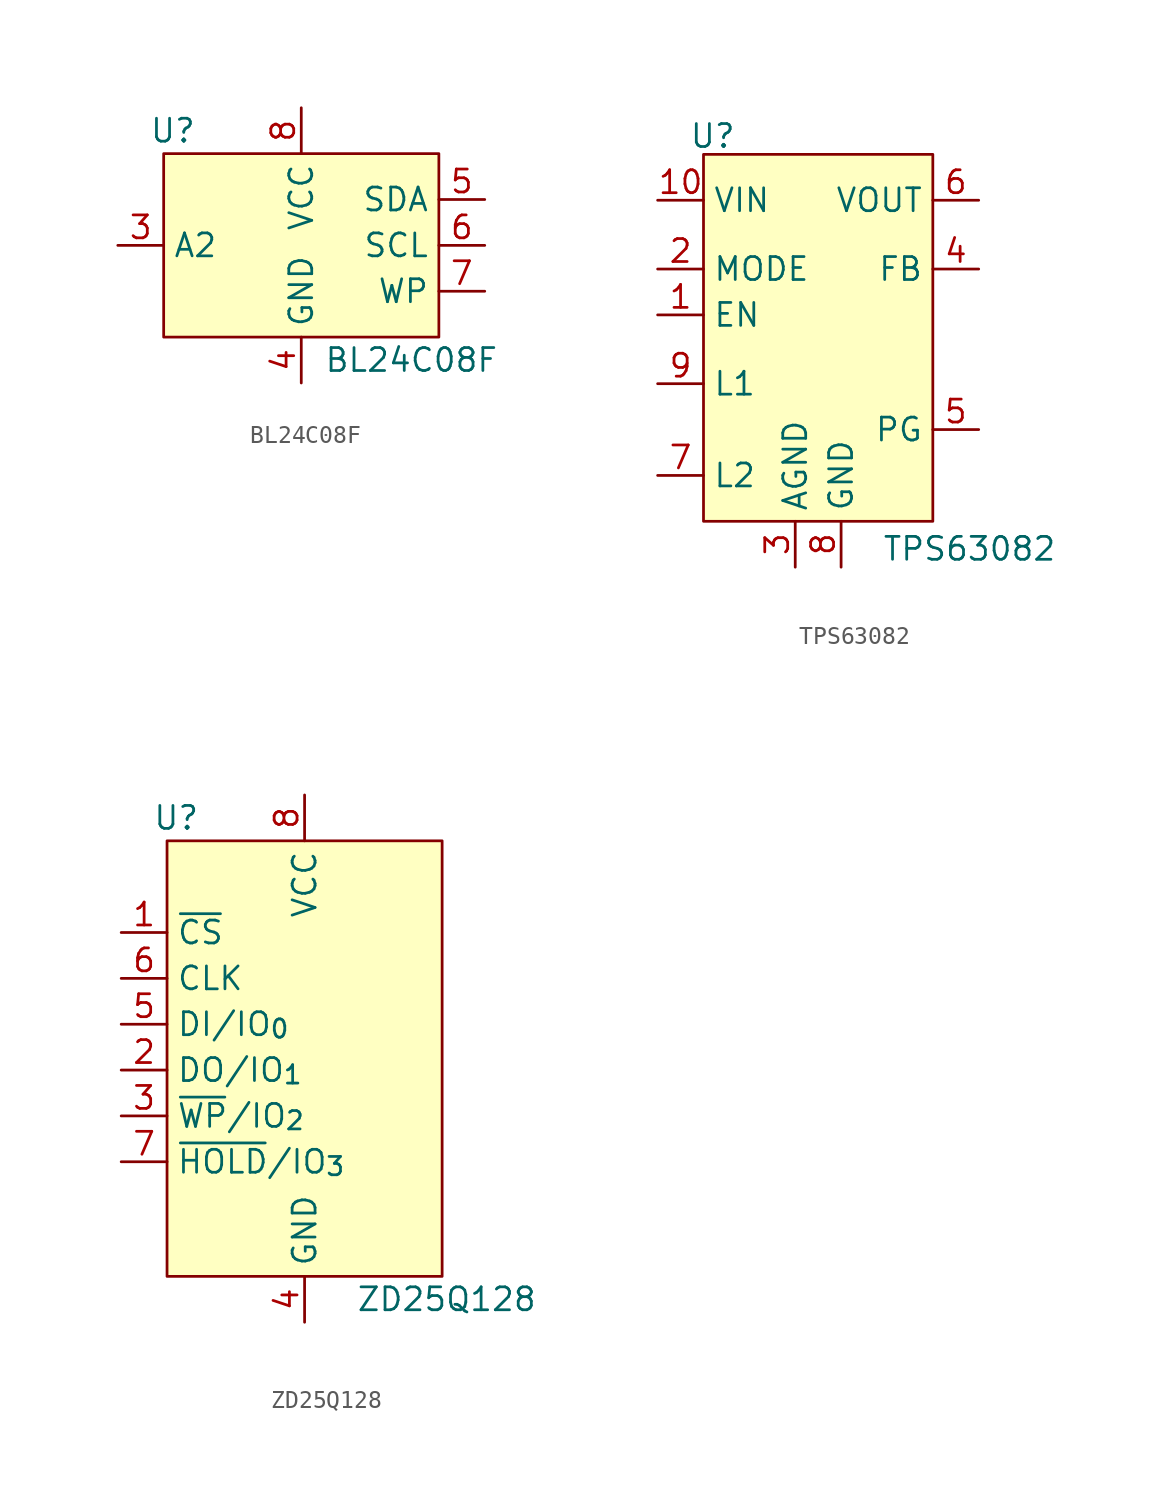
<source format=kicad_sym>
(kicad_symbol_lib
  (version 20241209)
  (generator "kicad_symbol_editor")
  (generator_version "9.0")
  (symbol "BL24C08F"
    (property "Reference" "U"
      (at -7.112 6.35 0)
      (effects (font (size 1.27 1.27))))
    (property "Value" "BL24C08F"
      (at 6.096 -6.35 0)
      (effects (font (size 1.27 1.27))))
    (symbol "BL24C08F_1_1"
      (rectangle (start -7.62 5.08) (end 7.62 -5.08) (stroke (width 0) (type solid)) (fill (type background)))
      (pin input line (at -10.16 0 0) (length 2.54) (name "A2" (effects (font (size 1.27 1.27)))) (number "3" (effects (font (size 1.27 1.27)))))
      (pin power_in line (at 0 7.62 270) (length 2.54) (name "VCC" (effects (font (size 1.27 1.27)))) (number "8" (effects (font (size 1.27 1.27)))))
      (pin power_in line (at 0 -7.62 90) (length 2.54) (name "GND" (effects (font (size 1.27 1.27)))) (number "4" (effects (font (size 1.27 1.27)))))
      (pin bidirectional line (at 10.16 2.54 180) (length 2.54) (name "SDA" (effects (font (size 1.27 1.27)))) (number "5" (effects (font (size 1.27 1.27)))))
      (pin input line (at 10.16 0 180) (length 2.54) (name "SCL" (effects (font (size 1.27 1.27)))) (number "6" (effects (font (size 1.27 1.27)))))
      (pin input line (at 10.16 -2.54 180) (length 2.54) (name "WP" (effects (font (size 1.27 1.27)))) (number "7" (effects (font (size 1.27 1.27)))))))
  (symbol "TPS63082"
    (property "Reference" "U"
      (at -5.842 11.176 0)
      (effects (font (size 1.27 1.27))))
    (property "Value" "TPS63082"
      (at 8.382 -11.684 0)
      (effects (font (size 1.27 1.27))))
    (symbol "TPS63082_1_1"
      (rectangle (start -6.35 10.16) (end 6.35 -10.16) (stroke (width 0) (type solid)) (fill (type background)))
      (pin power_in line (at -8.89 7.62 0) (length 2.54) (name "VIN" (effects (font (size 1.27 1.27)))) (number "10" (effects (font (size 1.27 1.27)))))
      (pin input line (at -8.89 3.81 0) (length 2.54) (name "MODE" (effects (font (size 1.27 1.27)))) (number "2" (effects (font (size 1.27 1.27)))))
      (pin input line (at -8.89 1.27 0) (length 2.54) (name "EN" (effects (font (size 1.27 1.27)))) (number "1" (effects (font (size 1.27 1.27)))))
      (pin input line (at -8.89 -2.54 0) (length 2.54) (name "L1" (effects (font (size 1.27 1.27)))) (number "9" (effects (font (size 1.27 1.27)))))
      (pin input line (at -8.89 -7.62 0) (length 2.54) (name "L2" (effects (font (size 1.27 1.27)))) (number "7" (effects (font (size 1.27 1.27)))))
      (pin power_in line (at -1.27 -12.7 90) (length 2.54) (name "AGND" (effects (font (size 1.27 1.27)))) (number "3" (effects (font (size 1.27 1.27)))))
      (pin power_in line (at 1.27 -12.7 90) (length 2.54) (name "GND" (effects (font (size 1.27 1.27)))) (number "8" (effects (font (size 1.27 1.27)))))
      (pin power_out line (at 8.89 7.62 180) (length 2.54) (name "VOUT" (effects (font (size 1.27 1.27)))) (number "6" (effects (font (size 1.27 1.27)))))
      (pin input line (at 8.89 3.81 180) (length 2.54) (name "FB" (effects (font (size 1.27 1.27)))) (number "4" (effects (font (size 1.27 1.27)))))
      (pin open_collector line (at 8.89 -5.08 180) (length 2.54) (name "PG" (effects (font (size 1.27 1.27)))) (number "5" (effects (font (size 1.27 1.27)))))))
  (symbol "ZD25Q128"
    (property "Reference" "U"
      (at -7.112 12.7 0)
      (effects (font (size 1.27 1.27))))
    (property "Value" "ZD25Q128"
      (at 7.874 -13.97 0)
      (effects (font (size 1.27 1.27))))
    (symbol "ZD25Q128_1_1"
      (rectangle (start -7.62 11.43) (end 7.62 -12.7) (stroke (width 0) (type solid)) (fill (type background)))
      (pin input line (at -10.16 6.35 0) (length 2.54) (name "~{CS}" (effects (font (size 1.27 1.27)))) (number "1" (effects (font (size 1.27 1.27)))))
      (pin input line (at -10.16 3.81 0) (length 2.54) (name "CLK" (effects (font (size 1.27 1.27)))) (number "6" (effects (font (size 1.27 1.27)))))
      (pin bidirectional line (at -10.16 1.27 0) (length 2.54) (name "DI/IO_{0}" (effects (font (size 1.27 1.27)))) (number "5" (effects (font (size 1.27 1.27)))))
      (pin bidirectional line (at -10.16 -1.27 0) (length 2.54) (name "DO/IO_{1}" (effects (font (size 1.27 1.27)))) (number "2" (effects (font (size 1.27 1.27)))))
      (pin bidirectional line (at -10.16 -3.81 0) (length 2.54) (name "~{WP}/IO_{2}" (effects (font (size 1.27 1.27)))) (number "3" (effects (font (size 1.27 1.27)))))
      (pin bidirectional line (at -10.16 -6.35 0) (length 2.54) (name "~{HOLD}/IO_{3}" (effects (font (size 1.27 1.27)))) (number "7" (effects (font (size 1.27 1.27)))))
      (pin power_in line (at 0 13.97 270) (length 2.54) (name "VCC" (effects (font (size 1.27 1.27)))) (number "8" (effects (font (size 1.27 1.27)))))
      (pin power_in line (at 0 -15.24 90) (length 2.54) (name "GND" (effects (font (size 1.27 1.27)))) (number "4" (effects (font (size 1.27 1.27))))))))
</source>
